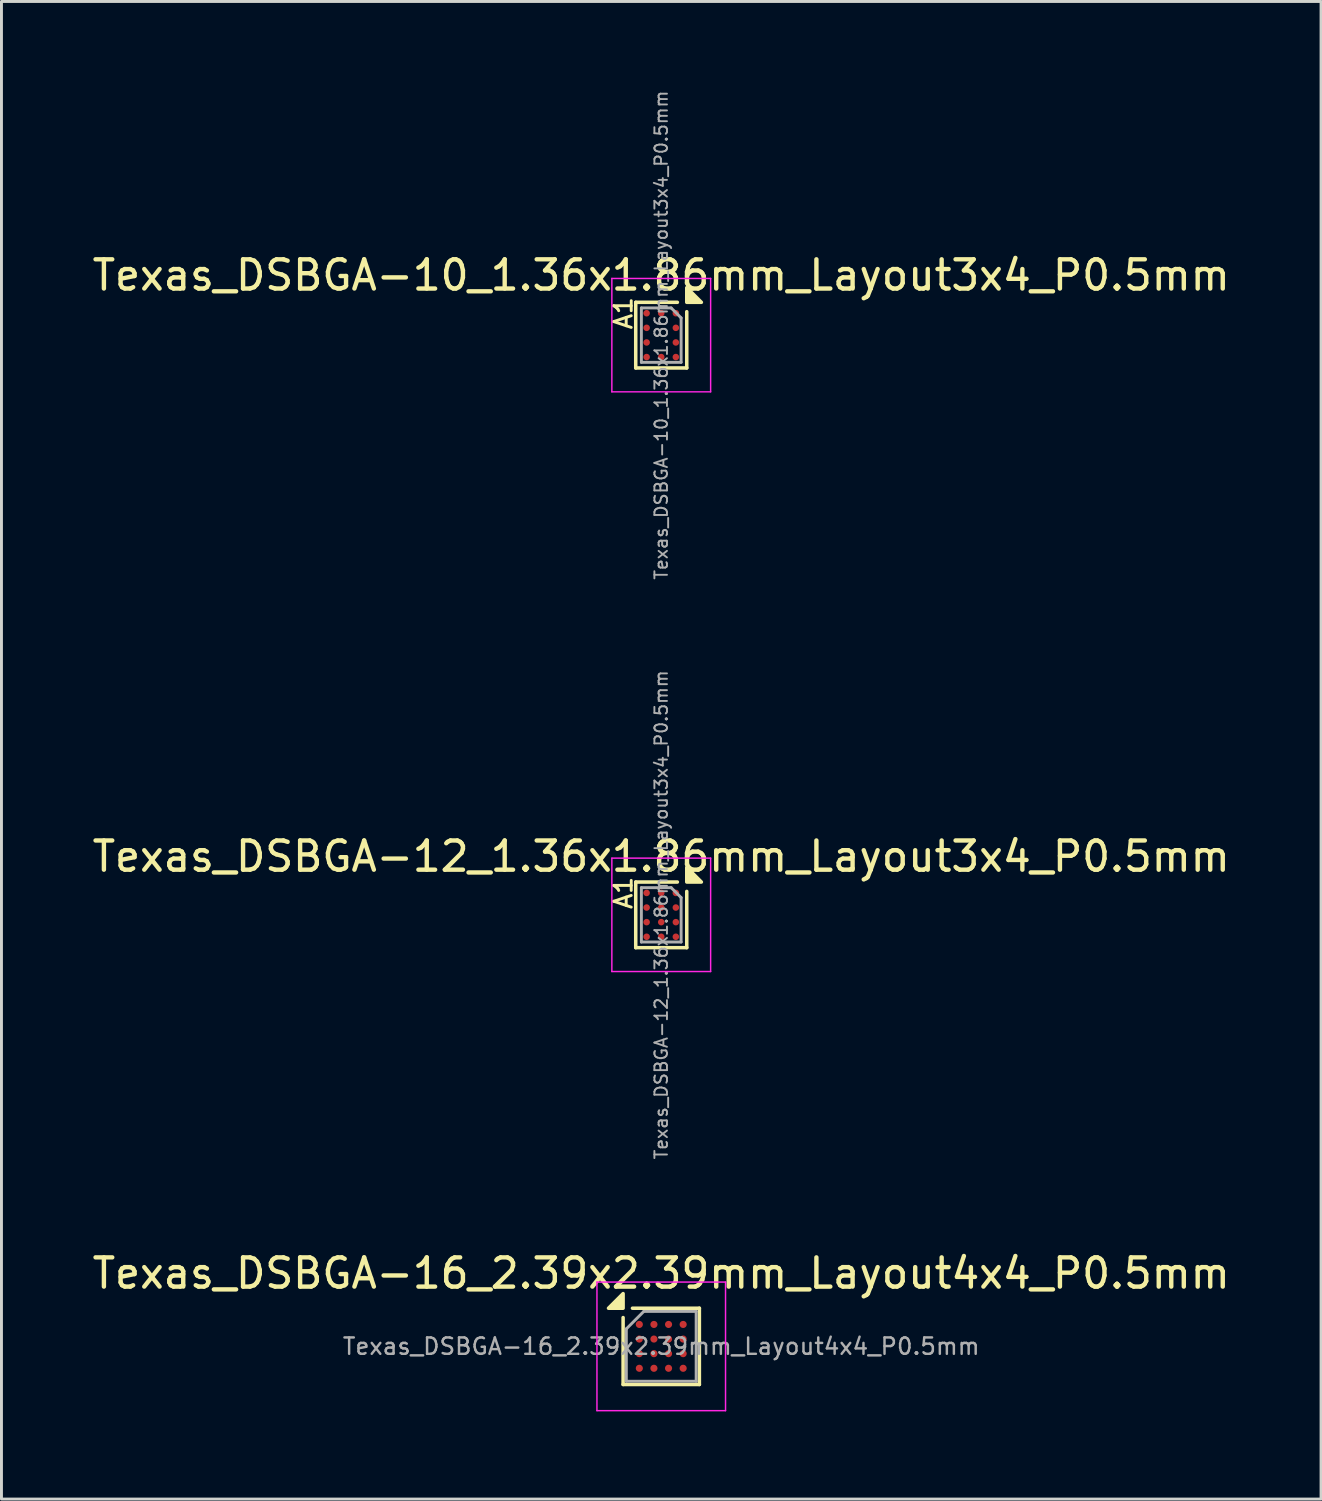
<source format=kicad_pcb>
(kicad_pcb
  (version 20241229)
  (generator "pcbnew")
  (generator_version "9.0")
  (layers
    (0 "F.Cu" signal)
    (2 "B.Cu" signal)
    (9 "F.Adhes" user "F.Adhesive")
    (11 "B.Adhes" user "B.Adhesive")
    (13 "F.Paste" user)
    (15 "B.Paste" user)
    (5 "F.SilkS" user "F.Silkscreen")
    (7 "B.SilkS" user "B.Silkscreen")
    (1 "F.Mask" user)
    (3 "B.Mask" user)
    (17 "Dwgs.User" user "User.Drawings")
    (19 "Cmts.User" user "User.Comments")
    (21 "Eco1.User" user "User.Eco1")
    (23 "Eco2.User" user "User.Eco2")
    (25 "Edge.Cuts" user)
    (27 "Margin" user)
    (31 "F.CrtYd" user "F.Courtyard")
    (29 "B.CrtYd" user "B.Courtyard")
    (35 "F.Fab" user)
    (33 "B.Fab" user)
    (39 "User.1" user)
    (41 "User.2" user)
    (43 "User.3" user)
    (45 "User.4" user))
  (footprint "Texas_DSBGA-10_1.36x1.86mm_Layout3x4_P0.5mm"
    (layer "F.Cu")
    (at 19.577 8.418)
    (property "Reference" "Texas_DSBGA-10_1.36x1.86mm_Layout3x4_P0.5mm" (at 0 -2.05 0) (layer "F.SilkS") (effects (font (size 1 1) (thickness 0.15))))
    (attr smd)
    (fp_line (start -0.873 -1.123) (end -0.873 1.123) (stroke (width 0.12) (type solid)) (layer "F.SilkS"))
    (fp_line (start 0.552 -1.123) (end -0.873 -1.123) (stroke (width 0.12) (type solid)) (layer "F.SilkS"))
    (fp_line (start 0.873 1.123) (end -0.873 1.123) (stroke (width 0.12) (type solid)) (layer "F.SilkS"))
    (fp_line (start 0.873 1.123) (end 0.873 -0.802) (stroke (width 0.12) (type solid)) (layer "F.SilkS"))
    (fp_poly (pts (xy 0.873 -1.123) (xy 0.873 -1.623) (xy 1.373 -1.123) (xy 0.873 -1.123)) (stroke (width 0.12) (type solid)) (fill yes) (layer "F.SilkS"))
    (fp_line (start -1.69 -1.94) (end -1.69 1.94) (stroke (width 0.05) (type solid)) (layer "F.CrtYd"))
    (fp_line (start -1.69 1.94) (end 1.69 1.94) (stroke (width 0.05) (type solid)) (layer "F.CrtYd"))
    (fp_line (start 1.69 -1.94) (end -1.69 -1.94) (stroke (width 0.05) (type solid)) (layer "F.CrtYd"))
    (fp_line (start 1.69 1.94) (end 1.69 -1.94) (stroke (width 0.05) (type solid)) (layer "F.CrtYd"))
    (fp_line (start -0.68 -0.93) (end -0.68 0.93) (stroke (width 0.1) (type solid)) (layer "F.Fab"))
    (fp_line (start -0.68 -0.93) (end 0.34 -0.93) (stroke (width 0.1) (type solid)) (layer "F.Fab"))
    (fp_line (start 0.68 -0.59) (end 0.34 -0.93) (stroke (width 0.1) (type solid)) (layer "F.Fab"))
    (fp_line (start 0.68 0.93) (end -0.68 0.93) (stroke (width 0.1) (type solid)) (layer "F.Fab"))
    (fp_line (start 0.68 0.93) (end 0.68 -0.59) (stroke (width 0.1) (type solid)) (layer "F.Fab"))
    (fp_text user "A1" (at -1.3 -0.75 90) (unlocked yes) (layer "F.SilkS") (effects (font (size 0.6 0.6) (thickness 0.1))))
    (fp_text user "${REFERENCE}" (at 0 0 270) (layer "F.Fab") (effects (font (size 0.43 0.43) (thickness 0.065))))
    (pad "" smd roundrect (at -0.5 -0.75) (size 0.25 0.25) (layers "F.Paste") (roundrect_rratio 0.2))
    (pad "" smd roundrect (at -0.5 -0.25) (size 0.25 0.25) (layers "F.Paste") (roundrect_rratio 0.2))
    (pad "" smd roundrect (at -0.5 0.25) (size 0.25 0.25) (layers "F.Paste") (roundrect_rratio 0.2))
    (pad "" smd roundrect (at -0.5 0.75) (size 0.25 0.25) (layers "F.Paste") (roundrect_rratio 0.2))
    (pad "" smd roundrect (at 0 -0.75) (size 0.25 0.25) (layers "F.Paste") (roundrect_rratio 0.2))
    (pad "" smd roundrect (at 0 0.75) (size 0.25 0.25) (layers "F.Paste") (roundrect_rratio 0.2))
    (pad "" smd roundrect (at 0.5 -0.75) (size 0.25 0.25) (layers "F.Paste") (roundrect_rratio 0.2))
    (pad "" smd roundrect (at 0.5 -0.25) (size 0.25 0.25) (layers "F.Paste") (roundrect_rratio 0.2))
    (pad "" smd roundrect (at 0.5 0.25) (size 0.25 0.25) (layers "F.Paste") (roundrect_rratio 0.2))
    (pad "" smd roundrect (at 0.5 0.75) (size 0.25 0.25) (layers "F.Paste") (roundrect_rratio 0.2))
    (pad "A1" smd circle (at -0.5 -0.75) (size 0.225 0.225) (property pad_prop_bga) (layers "F.Cu" "F.Mask"))
    (pad "A2" smd circle (at 0 -0.75) (size 0.225 0.225) (property pad_prop_bga) (layers "F.Cu" "F.Mask"))
    (pad "A3" smd circle (at 0.5 -0.75) (size 0.225 0.225) (property pad_prop_bga) (layers "F.Cu" "F.Mask"))
    (pad "B1" smd circle (at -0.5 -0.25) (size 0.225 0.225) (property pad_prop_bga) (layers "F.Cu" "F.Mask"))
    (pad "B3" smd circle (at 0.5 -0.25) (size 0.225 0.225) (property pad_prop_bga) (layers "F.Cu" "F.Mask"))
    (pad "C1" smd circle (at -0.5 0.25) (size 0.225 0.225) (property pad_prop_bga) (layers "F.Cu" "F.Mask"))
    (pad "C3" smd circle (at 0.5 0.25) (size 0.225 0.225) (property pad_prop_bga) (layers "F.Cu" "F.Mask"))
    (pad "D1" smd circle (at -0.5 0.75) (size 0.225 0.225) (property pad_prop_bga) (layers "F.Cu" "F.Mask"))
    (pad "D2" smd circle (at 0 0.75) (size 0.225 0.225) (property pad_prop_bga) (layers "F.Cu" "F.Mask"))
    (pad "D3" smd circle (at 0.5 0.75) (size 0.225 0.225) (property pad_prop_bga) (layers "F.Cu" "F.Mask")))
  (footprint "Texas_DSBGA-16_2.39x2.39mm_Layout4x4_P0.5mm"
    (layer "F.Cu")
    (at 19.577 43.021)
    (property "Reference" "Texas_DSBGA-16_2.39x2.39mm_Layout4x4_P0.5mm" (at 0 -2.5 0) (layer "F.SilkS") (effects (font (size 1 1) (thickness 0.15))))
    (attr smd)
    (fp_line (start -1.305 1.305) (end -1.305 -0.985) (stroke (width 0.12) (type solid)) (layer "F.SilkS"))
    (fp_line (start 1.305 -1.305) (end -0.985 -1.305) (stroke (width 0.12) (type solid)) (layer "F.SilkS"))
    (fp_line (start 1.305 -1.305) (end 1.305 1.305) (stroke (width 0.12) (type solid)) (layer "F.SilkS"))
    (fp_line (start 1.305 1.305) (end -1.305 1.305) (stroke (width 0.12) (type solid)) (layer "F.SilkS"))
    (fp_poly (pts (xy -1.305 -1.305) (xy -1.805 -1.305) (xy -1.305 -1.805) (xy -1.305 -1.305)) (stroke (width 0.12) (type solid)) (fill yes) (layer "F.SilkS"))
    (fp_line (start -2.2 -2.2) (end -2.2 2.2) (stroke (width 0.05) (type solid)) (layer "F.CrtYd"))
    (fp_line (start -2.2 2.2) (end 2.2 2.2) (stroke (width 0.05) (type solid)) (layer "F.CrtYd"))
    (fp_line (start 2.2 -2.2) (end -2.2 -2.2) (stroke (width 0.05) (type solid)) (layer "F.CrtYd"))
    (fp_line (start 2.2 2.2) (end 2.2 -2.2) (stroke (width 0.05) (type solid)) (layer "F.CrtYd"))
    (fp_line (start -1.195 -0.598) (end -0.598 -1.195) (stroke (width 0.1) (type solid)) (layer "F.Fab"))
    (fp_line (start -1.195 1.195) (end -1.195 -0.598) (stroke (width 0.1) (type solid)) (layer "F.Fab"))
    (fp_line (start -0.598 -1.195) (end 1.195 -1.195) (stroke (width 0.1) (type solid)) (layer "F.Fab"))
    (fp_line (start 1.195 -1.195) (end 1.195 1.195) (stroke (width 0.1) (type solid)) (layer "F.Fab"))
    (fp_line (start 1.195 1.195) (end -1.195 1.195) (stroke (width 0.1) (type solid)) (layer "F.Fab"))
    (fp_text user "${REFERENCE}" (at 0 0 0) (layer "F.Fab") (effects (font (size 0.56 0.56) (thickness 0.084))))
    (pad "" smd roundrect (at -0.75 -0.75) (size 0.25 0.25) (layers "F.Paste") (roundrect_rratio 0.2))
    (pad "" smd roundrect (at -0.75 -0.25) (size 0.25 0.25) (layers "F.Paste") (roundrect_rratio 0.2))
    (pad "" smd roundrect (at -0.75 0.25) (size 0.25 0.25) (layers "F.Paste") (roundrect_rratio 0.2))
    (pad "" smd roundrect (at -0.75 0.75) (size 0.25 0.25) (layers "F.Paste") (roundrect_rratio 0.2))
    (pad "" smd roundrect (at -0.25 -0.75) (size 0.25 0.25) (layers "F.Paste") (roundrect_rratio 0.2))
    (pad "" smd roundrect (at -0.25 -0.25) (size 0.25 0.25) (layers "F.Paste") (roundrect_rratio 0.2))
    (pad "" smd roundrect (at -0.25 0.25) (size 0.25 0.25) (layers "F.Paste") (roundrect_rratio 0.2))
    (pad "" smd roundrect (at -0.25 0.75) (size 0.25 0.25) (layers "F.Paste") (roundrect_rratio 0.2))
    (pad "" smd roundrect (at 0.25 -0.75) (size 0.25 0.25) (layers "F.Paste") (roundrect_rratio 0.2))
    (pad "" smd roundrect (at 0.25 -0.25) (size 0.25 0.25) (layers "F.Paste") (roundrect_rratio 0.2))
    (pad "" smd roundrect (at 0.25 0.25) (size 0.25 0.25) (layers "F.Paste") (roundrect_rratio 0.2))
    (pad "" smd roundrect (at 0.25 0.75) (size 0.25 0.25) (layers "F.Paste") (roundrect_rratio 0.2))
    (pad "" smd roundrect (at 0.75 -0.75) (size 0.25 0.25) (layers "F.Paste") (roundrect_rratio 0.2))
    (pad "" smd roundrect (at 0.75 -0.25) (size 0.25 0.25) (layers "F.Paste") (roundrect_rratio 0.2))
    (pad "" smd roundrect (at 0.75 0.25) (size 0.25 0.25) (layers "F.Paste") (roundrect_rratio 0.2))
    (pad "" smd roundrect (at 0.75 0.75) (size 0.25 0.25) (layers "F.Paste") (roundrect_rratio 0.2))
    (pad "A1" smd circle (at -0.75 -0.75) (size 0.245 0.245) (property pad_prop_bga) (layers "F.Cu" "F.Mask"))
    (pad "A2" smd circle (at -0.25 -0.75) (size 0.245 0.245) (property pad_prop_bga) (layers "F.Cu" "F.Mask"))
    (pad "A3" smd circle (at 0.25 -0.75) (size 0.245 0.245) (property pad_prop_bga) (layers "F.Cu" "F.Mask"))
    (pad "A4" smd circle (at 0.75 -0.75) (size 0.245 0.245) (property pad_prop_bga) (layers "F.Cu" "F.Mask"))
    (pad "B1" smd circle (at -0.75 -0.25) (size 0.245 0.245) (property pad_prop_bga) (layers "F.Cu" "F.Mask"))
    (pad "B2" smd circle (at -0.25 -0.25) (size 0.245 0.245) (property pad_prop_bga) (layers "F.Cu" "F.Mask"))
    (pad "B3" smd circle (at 0.25 -0.25) (size 0.245 0.245) (property pad_prop_bga) (layers "F.Cu" "F.Mask"))
    (pad "B4" smd circle (at 0.75 -0.25) (size 0.245 0.245) (property pad_prop_bga) (layers "F.Cu" "F.Mask"))
    (pad "C1" smd circle (at -0.75 0.25) (size 0.245 0.245) (property pad_prop_bga) (layers "F.Cu" "F.Mask"))
    (pad "C2" smd circle (at -0.25 0.25) (size 0.245 0.245) (property pad_prop_bga) (layers "F.Cu" "F.Mask"))
    (pad "C3" smd circle (at 0.25 0.25) (size 0.245 0.245) (property pad_prop_bga) (layers "F.Cu" "F.Mask"))
    (pad "C4" smd circle (at 0.75 0.25) (size 0.245 0.245) (property pad_prop_bga) (layers "F.Cu" "F.Mask"))
    (pad "D1" smd circle (at -0.75 0.75) (size 0.245 0.245) (property pad_prop_bga) (layers "F.Cu" "F.Mask"))
    (pad "D2" smd circle (at -0.25 0.75) (size 0.245 0.245) (property pad_prop_bga) (layers "F.Cu" "F.Mask"))
    (pad "D3" smd circle (at 0.25 0.75) (size 0.245 0.245) (property pad_prop_bga) (layers "F.Cu" "F.Mask"))
    (pad "D4" smd circle (at 0.75 0.75) (size 0.245 0.245) (property pad_prop_bga) (layers "F.Cu" "F.Mask")))
  (footprint "Texas_DSBGA-12_1.36x1.86mm_Layout3x4_P0.5mm"
    (layer "F.Cu")
    (at 19.577 28.255)
    (property "Reference" "Texas_DSBGA-12_1.36x1.86mm_Layout3x4_P0.5mm" (at 0 -2 0) (layer "F.SilkS") (effects (font (size 1 1) (thickness 0.15))))
    (attr smd)
    (fp_line (start -0.873 -1.123) (end -0.873 1.123) (stroke (width 0.12) (type solid)) (layer "F.SilkS"))
    (fp_line (start 0.552 -1.123) (end -0.873 -1.123) (stroke (width 0.12) (type solid)) (layer "F.SilkS"))
    (fp_line (start 0.873 1.123) (end -0.873 1.123) (stroke (width 0.12) (type solid)) (layer "F.SilkS"))
    (fp_line (start 0.873 1.123) (end 0.873 -0.802) (stroke (width 0.12) (type solid)) (layer "F.SilkS"))
    (fp_poly (pts (xy 0.873 -1.123) (xy 0.873 -1.623) (xy 1.373 -1.123) (xy 0.873 -1.123)) (stroke (width 0.12) (type solid)) (fill yes) (layer "F.SilkS"))
    (fp_line (start -1.69 -1.94) (end -1.69 1.94) (stroke (width 0.05) (type solid)) (layer "F.CrtYd"))
    (fp_line (start -1.69 1.94) (end 1.69 1.94) (stroke (width 0.05) (type solid)) (layer "F.CrtYd"))
    (fp_line (start 1.69 -1.94) (end -1.69 -1.94) (stroke (width 0.05) (type solid)) (layer "F.CrtYd"))
    (fp_line (start 1.69 1.94) (end 1.69 -1.94) (stroke (width 0.05) (type solid)) (layer "F.CrtYd"))
    (fp_line (start -0.68 -0.93) (end -0.68 0.93) (stroke (width 0.1) (type solid)) (layer "F.Fab"))
    (fp_line (start -0.68 -0.93) (end 0.34 -0.93) (stroke (width 0.1) (type solid)) (layer "F.Fab"))
    (fp_line (start 0.68 -0.59) (end 0.34 -0.93) (stroke (width 0.1) (type solid)) (layer "F.Fab"))
    (fp_line (start 0.68 0.93) (end -0.68 0.93) (stroke (width 0.1) (type solid)) (layer "F.Fab"))
    (fp_line (start 0.68 0.93) (end 0.68 -0.59) (stroke (width 0.1) (type solid)) (layer "F.Fab"))
    (fp_text user "A1" (at -1.3 -0.75 90) (unlocked yes) (layer "F.SilkS") (effects (font (size 0.6 0.6) (thickness 0.1))))
    (fp_text user "${REFERENCE}" (at 0 0 270) (layer "F.Fab") (effects (font (size 0.43 0.43) (thickness 0.065))))
    (pad "" smd roundrect (at -0.5 -0.75) (size 0.25 0.25) (layers "F.Paste") (roundrect_rratio 0.2))
    (pad "" smd roundrect (at -0.5 -0.25) (size 0.25 0.25) (layers "F.Paste") (roundrect_rratio 0.2))
    (pad "" smd roundrect (at -0.5 0.25) (size 0.25 0.25) (layers "F.Paste") (roundrect_rratio 0.2))
    (pad "" smd roundrect (at -0.5 0.75) (size 0.25 0.25) (layers "F.Paste") (roundrect_rratio 0.2))
    (pad "" smd roundrect (at 0 -0.75) (size 0.25 0.25) (layers "F.Paste") (roundrect_rratio 0.2))
    (pad "" smd roundrect (at 0 -0.25) (size 0.25 0.25) (layers "F.Paste") (roundrect_rratio 0.2))
    (pad "" smd roundrect (at 0 0.25) (size 0.25 0.25) (layers "F.Paste") (roundrect_rratio 0.2))
    (pad "" smd roundrect (at 0 0.75) (size 0.25 0.25) (layers "F.Paste") (roundrect_rratio 0.2))
    (pad "" smd roundrect (at 0.5 -0.75) (size 0.25 0.25) (layers "F.Paste") (roundrect_rratio 0.2))
    (pad "" smd roundrect (at 0.5 -0.25) (size 0.25 0.25) (layers "F.Paste") (roundrect_rratio 0.2))
    (pad "" smd roundrect (at 0.5 0.25) (size 0.25 0.25) (layers "F.Paste") (roundrect_rratio 0.2))
    (pad "" smd roundrect (at 0.5 0.75) (size 0.25 0.25) (layers "F.Paste") (roundrect_rratio 0.2))
    (pad "A1" smd circle (at -0.5 -0.75) (size 0.225 0.225) (property pad_prop_bga) (layers "F.Cu" "F.Mask"))
    (pad "A2" smd circle (at 0 -0.75) (size 0.225 0.225) (property pad_prop_bga) (layers "F.Cu" "F.Mask"))
    (pad "A3" smd circle (at 0.5 -0.75) (size 0.225 0.225) (property pad_prop_bga) (layers "F.Cu" "F.Mask"))
    (pad "B1" smd circle (at -0.5 -0.25) (size 0.225 0.225) (property pad_prop_bga) (layers "F.Cu" "F.Mask"))
    (pad "B2" smd circle (at 0 -0.25) (size 0.225 0.225) (property pad_prop_bga) (layers "F.Cu" "F.Mask"))
    (pad "B3" smd circle (at 0.5 -0.25) (size 0.225 0.225) (property pad_prop_bga) (layers "F.Cu" "F.Mask"))
    (pad "C1" smd circle (at -0.5 0.25) (size 0.225 0.225) (property pad_prop_bga) (layers "F.Cu" "F.Mask"))
    (pad "C2" smd circle (at 0 0.25) (size 0.225 0.225) (property pad_prop_bga) (layers "F.Cu" "F.Mask"))
    (pad "C3" smd circle (at 0.5 0.25) (size 0.225 0.225) (property pad_prop_bga) (layers "F.Cu" "F.Mask"))
    (pad "D1" smd circle (at -0.5 0.75) (size 0.225 0.225) (property pad_prop_bga) (layers "F.Cu" "F.Mask"))
    (pad "D2" smd circle (at 0 0.75) (size 0.225 0.225) (property pad_prop_bga) (layers "F.Cu" "F.Mask"))
    (pad "D3" smd circle (at 0.5 0.75) (size 0.225 0.225) (property pad_prop_bga) (layers "F.Cu" "F.Mask")))
  (gr_rect
    (start -3 -3)
    (end 42.155 48.246)
    (stroke (width 0.1) (type default))
    (fill no)
    (layer "Edge.Cuts")))
</source>
